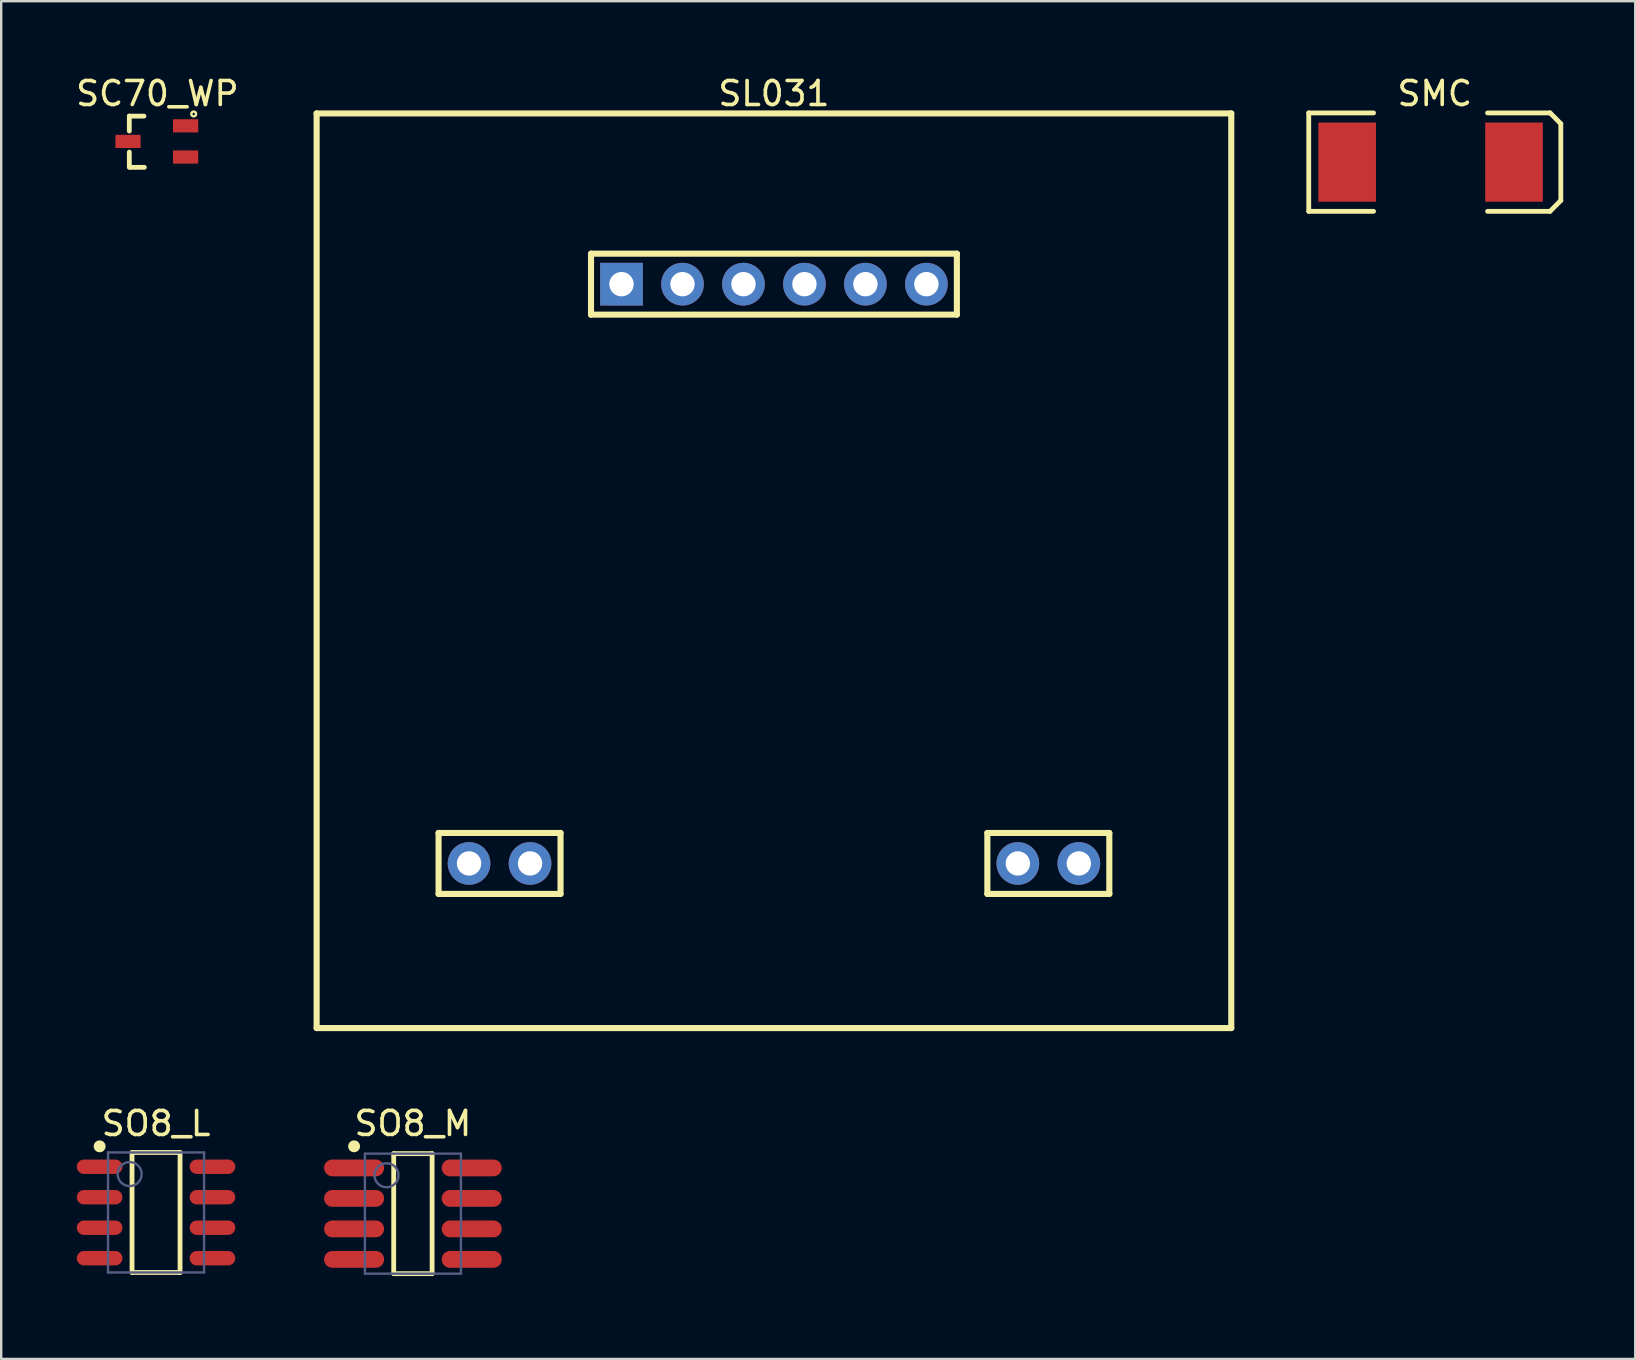
<source format=kicad_pcb>
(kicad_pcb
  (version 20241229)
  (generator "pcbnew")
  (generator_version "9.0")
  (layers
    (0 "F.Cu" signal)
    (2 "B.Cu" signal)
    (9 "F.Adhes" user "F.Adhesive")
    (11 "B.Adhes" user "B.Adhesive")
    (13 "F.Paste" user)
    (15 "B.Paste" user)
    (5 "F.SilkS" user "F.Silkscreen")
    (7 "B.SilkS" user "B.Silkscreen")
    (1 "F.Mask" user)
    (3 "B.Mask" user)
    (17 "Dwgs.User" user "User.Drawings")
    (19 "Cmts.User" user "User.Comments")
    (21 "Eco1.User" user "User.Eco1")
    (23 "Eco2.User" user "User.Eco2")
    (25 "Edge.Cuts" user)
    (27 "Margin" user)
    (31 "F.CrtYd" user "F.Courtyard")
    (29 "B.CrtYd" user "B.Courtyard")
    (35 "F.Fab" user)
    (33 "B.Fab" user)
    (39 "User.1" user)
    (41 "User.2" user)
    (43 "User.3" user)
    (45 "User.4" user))
  (footprint "SO8_M"
    (layer "F.Cu")
    (at 14.15 47.505)
    (property "Reference" "SO8_M" (at 0 -3.755 0) (layer "F.SilkS") (effects (font (size 1 1) (thickness 0.15))))
    (fp_line (start -0.8 -2.5) (end 0.8 -2.5) (stroke (width 0.2) (type solid)) (layer "F.SilkS"))
    (fp_line (start -0.8 2.5) (end -0.8 -2.5) (stroke (width 0.2) (type solid)) (layer "F.SilkS"))
    (fp_line (start -0.8 2.5) (end 0.8 2.5) (stroke (width 0.2) (type solid)) (layer "F.SilkS"))
    (fp_line (start 0.8 2.5) (end 0.8 -2.5) (stroke (width 0.2) (type solid)) (layer "F.SilkS"))
    (fp_circle (center -2.45 -2.805) (end -2.45 -2.93) (stroke (width 0.25) (type solid)) (fill no) (layer "F.SilkS"))
    (fp_line (start -4.2 -3) (end 4.2 -3) (stroke (width 0.1) (type solid)) (layer "Eco2.User"))
    (fp_line (start -4.2 3) (end -4.2 -3) (stroke (width 0.1) (type solid)) (layer "Eco2.User"))
    (fp_line (start -4.2 3) (end 4.2 3) (stroke (width 0.1) (type solid)) (layer "Eco2.User"))
    (fp_line (start -0.5 0) (end 0.5 0) (stroke (width 0.1) (type solid)) (layer "Eco2.User"))
    (fp_line (start 0 0.5) (end 0 -0.5) (stroke (width 0.1) (type solid)) (layer "Eco2.User"))
    (fp_line (start 4.2 3) (end 4.2 -3) (stroke (width 0.1) (type solid)) (layer "Eco2.User"))
    (fp_line (start -2 -2.5) (end 2 -2.5) (stroke (width 0.1) (type solid)) (layer "B.Fab"))
    (fp_line (start -2 2.5) (end -2 -2.5) (stroke (width 0.1) (type solid)) (layer "B.Fab"))
    (fp_line (start -2 2.5) (end 2 2.5) (stroke (width 0.1) (type solid)) (layer "B.Fab"))
    (fp_line (start 2 2.5) (end 2 -2.5) (stroke (width 0.1) (type solid)) (layer "B.Fab"))
    (fp_circle (center -1.1 -1.6) (end -1.1 -2.1) (stroke (width 0.1) (type solid)) (fill no) (layer "B.Fab"))
    (pad "1" smd oval (at -2.45 -1.905 90) (size 0.7 2.5) (layers "F.Cu" "F.Mask" "F.Paste"))
    (pad "2" smd oval (at -2.45 -0.635 90) (size 0.7 2.5) (layers "F.Cu" "F.Mask" "F.Paste"))
    (pad "3" smd oval (at -2.45 0.635 90) (size 0.7 2.5) (layers "F.Cu" "F.Mask" "F.Paste"))
    (pad "4" smd oval (at -2.45 1.905 90) (size 0.7 2.5) (layers "F.Cu" "F.Mask" "F.Paste"))
    (pad "5" smd oval (at 2.45 1.905 90) (size 0.7 2.5) (layers "F.Cu" "F.Mask" "F.Paste"))
    (pad "6" smd oval (at 2.45 0.635 90) (size 0.7 2.5) (layers "F.Cu" "F.Mask" "F.Paste"))
    (pad "7" smd oval (at 2.45 -0.635 90) (size 0.7 2.5) (layers "F.Cu" "F.Mask" "F.Paste"))
    (pad "8" smd oval (at 2.45 -1.905 90) (size 0.7 2.5) (layers "F.Cu" "F.Mask" "F.Paste")))
  (footprint "SC70_WP"
    (layer "F.Cu")
    (at 2.782 2.841)
    (property "Reference" "SC70_WP" (at 0.724 -1.993 0) (layer "F.SilkS") (effects (font (size 1 1) (thickness 0.15))))
    (fp_line (start -0.445 -1.054) (end 0.165 -1.054) (stroke (width 0.2) (type solid)) (layer "F.SilkS"))
    (fp_line (start -0.445 -0.432) (end -0.445 -1.054) (stroke (width 0.2) (type solid)) (layer "F.SilkS"))
    (fp_line (start -0.445 1.079) (end -0.445 0.445) (stroke (width 0.2) (type solid)) (layer "F.SilkS"))
    (fp_line (start -0.419 1.079) (end 0.181 1.079) (stroke (width 0.2) (type solid)) (layer "F.SilkS"))
    (fp_circle (center 2.237 -1.143) (end 2.237 -1.243) (stroke (width 0.1) (type solid)) (fill no) (layer "F.SilkS"))
    (fp_rect (start -1.194 0.343) (end -0.521 -0.356) (stroke (width 0) (type default)) (fill yes) (layer "F.Paste"))
    (fp_rect (start 1.918 -0.305) (end 2.642 -0.991) (stroke (width 0) (type default)) (fill yes) (layer "F.Paste"))
    (fp_rect (start 1.981 1.003) (end 2.642 0.305) (stroke (width 0) (type default)) (fill yes) (layer "F.Paste"))
    (fp_line (start -0.738 -1.067) (end 2.388 -1.067) (stroke (width 0.1) (type solid)) (layer "Eco2.User"))
    (fp_line (start -0.738 1.1) (end 2.388 1.1) (stroke (width 0.1) (type solid)) (layer "Eco2.User"))
    (fp_line (start -0.738 1.118) (end -0.738 -1.067) (stroke (width 0.1) (type solid)) (layer "Eco2.User"))
    (fp_line (start 0.362 0.073) (end 1.362 0.073) (stroke (width 0.1) (type solid)) (layer "Eco2.User"))
    (fp_line (start 0.862 0.573) (end 0.862 -0.427) (stroke (width 0.1) (type solid)) (layer "Eco2.User"))
    (fp_line (start 2.388 1.1) (end 2.388 -1.067) (stroke (width 0.1) (type solid)) (layer "Eco2.User"))
    (pad "1" smd rect (at 1.9 -0.65 270) (size 0.55 1.05) (layers "F.Cu" "F.Mask" "F.Paste"))
    (pad "2" smd rect (at 1.9 0.65 270) (size 0.55 1.05) (layers "F.Cu" "F.Mask" "F.Paste"))
    (pad "3" smd rect (at -0.5 0 270) (size 0.55 1.05) (layers "F.Cu" "F.Mask" "F.Paste")))
  (footprint "SMC"
    (layer "F.Cu")
    (at 56.541 3.703)
    (property "Reference" "SMC" (at 0.175 -2.855 0) (layer "F.SilkS") (effects (font (size 1 1) (thickness 0.15))))
    (fp_line (start -5.075 -2.05) (end -2.375 -2.05) (stroke (width 0.2) (type solid)) (layer "F.SilkS"))
    (fp_line (start -5.075 2.05) (end -5.075 -2.05) (stroke (width 0.2) (type solid)) (layer "F.SilkS"))
    (fp_line (start -5.075 2.05) (end -2.375 2.05) (stroke (width 0.2) (type solid)) (layer "F.SilkS"))
    (fp_line (start 2.375 -2.05) (end 4.975 -2.05) (stroke (width 0.2) (type solid)) (layer "F.SilkS"))
    (fp_line (start 2.375 2.05) (end 4.975 2.05) (stroke (width 0.2) (type solid)) (layer "F.SilkS"))
    (fp_line (start 4.975 -2.055) (end 5.425 -1.6) (stroke (width 0.2) (type solid)) (layer "F.SilkS"))
    (fp_line (start 4.975 2.05) (end 5.425 1.6) (stroke (width 0.2) (type solid)) (layer "F.SilkS"))
    (fp_line (start 5.425 1.6) (end 5.425 -1.6) (stroke (width 0.2) (type solid)) (layer "F.SilkS"))
    (fp_line (start -0.2 0) (end 0.2 0) (stroke (width 0.1) (type solid)) (layer "User.1"))
    (fp_line (start 0 0.2) (end 0 -0.2) (stroke (width 0.1) (type solid)) (layer "User.1"))
    (pad "1" smd rect (at -3.475 0) (size 2.4 3.3) (layers "F.Cu" "F.Mask" "F.Paste"))
    (pad "2" smd rect (at 3.475 0) (size 2.4 3.3) (layers "F.Cu" "F.Mask" "F.Paste")))
  (footprint "SO8_L"
    (layer "F.Cu")
    (at 3.45 47.456)
    (property "Reference" "SO8_L" (at 0 -3.705 0) (layer "F.SilkS") (effects (font (size 1 1) (thickness 0.15))))
    (fp_line (start -1 -2.5) (end 1 -2.5) (stroke (width 0.2) (type solid)) (layer "F.SilkS"))
    (fp_line (start -1 2.5) (end -1 -2.5) (stroke (width 0.2) (type solid)) (layer "F.SilkS"))
    (fp_line (start -1 2.5) (end 1 2.5) (stroke (width 0.2) (type solid)) (layer "F.SilkS"))
    (fp_line (start 1 2.5) (end 1 -2.5) (stroke (width 0.2) (type solid)) (layer "F.SilkS"))
    (fp_circle (center -2.35 -2.755) (end -2.35 -2.88) (stroke (width 0.25) (type solid)) (fill no) (layer "F.SilkS"))
    (fp_line (start -3.4 -2.6) (end 3.4 -2.6) (stroke (width 0.1) (type solid)) (layer "Eco2.User"))
    (fp_line (start -3.4 2.6) (end -3.4 -2.6) (stroke (width 0.1) (type solid)) (layer "Eco2.User"))
    (fp_line (start -3.4 2.6) (end 3.4 2.6) (stroke (width 0.1) (type solid)) (layer "Eco2.User"))
    (fp_line (start -0.5 0) (end 0.5 0) (stroke (width 0.1) (type solid)) (layer "Eco2.User"))
    (fp_line (start 0 0.5) (end 0 -0.5) (stroke (width 0.1) (type solid)) (layer "Eco2.User"))
    (fp_line (start 3.4 2.6) (end 3.4 -2.6) (stroke (width 0.1) (type solid)) (layer "Eco2.User"))
    (fp_line (start -2 -2.5) (end 2 -2.5) (stroke (width 0.1) (type solid)) (layer "B.Fab"))
    (fp_line (start -2 2.5) (end -2 -2.5) (stroke (width 0.1) (type solid)) (layer "B.Fab"))
    (fp_line (start -2 2.5) (end 2 2.5) (stroke (width 0.1) (type solid)) (layer "B.Fab"))
    (fp_line (start 2 2.5) (end 2 -2.5) (stroke (width 0.1) (type solid)) (layer "B.Fab"))
    (fp_circle (center -1.1 -1.6) (end -1.1 -2.1) (stroke (width 0.1) (type solid)) (fill no) (layer "B.Fab"))
    (pad "1" smd oval (at -2.35 -1.905 90) (size 0.6 1.9) (layers "F.Cu" "F.Mask" "F.Paste"))
    (pad "2" smd oval (at -2.35 -0.635 90) (size 0.6 1.9) (layers "F.Cu" "F.Mask" "F.Paste"))
    (pad "3" smd oval (at -2.35 0.635 90) (size 0.6 1.9) (layers "F.Cu" "F.Mask" "F.Paste"))
    (pad "4" smd oval (at -2.35 1.905 90) (size 0.6 1.9) (layers "F.Cu" "F.Mask" "F.Paste"))
    (pad "5" smd oval (at 2.35 1.905 90) (size 0.6 1.9) (layers "F.Cu" "F.Mask" "F.Paste"))
    (pad "6" smd oval (at 2.35 0.635 90) (size 0.6 1.9) (layers "F.Cu" "F.Mask" "F.Paste"))
    (pad "7" smd oval (at 2.35 -0.635 90) (size 0.6 1.9) (layers "F.Cu" "F.Mask" "F.Paste"))
    (pad "8" smd oval (at 2.35 -1.905 90) (size 0.6 1.9) (layers "F.Cu" "F.Mask" "F.Paste")))
  (footprint "SL031"
    (layer "F.Cu")
    (at 29.189 8.787)
    (property "Reference" "SL031" (at 0 -7.939 0) (layer "F.SilkS") (effects (font (size 1 1) (thickness 0.15))))
    (fp_line (start -19.05 -7.112) (end 19.05 -7.112) (stroke (width 0.254) (type solid)) (layer "F.SilkS"))
    (fp_line (start -19.05 30.988) (end -19.05 -7.112) (stroke (width 0.254) (type solid)) (layer "F.SilkS"))
    (fp_line (start -19.05 30.988) (end 19.05 30.988) (stroke (width 0.254) (type solid)) (layer "F.SilkS"))
    (fp_line (start -13.97 22.86) (end -8.89 22.86) (stroke (width 0.254) (type solid)) (layer "F.SilkS"))
    (fp_line (start -13.97 25.4) (end -13.97 22.86) (stroke (width 0.254) (type solid)) (layer "F.SilkS"))
    (fp_line (start -13.97 25.4) (end -8.89 25.4) (stroke (width 0.254) (type solid)) (layer "F.SilkS"))
    (fp_line (start -8.89 25.4) (end -8.89 22.86) (stroke (width 0.254) (type solid)) (layer "F.SilkS"))
    (fp_line (start -7.62 -1.27) (end 7.62 -1.27) (stroke (width 0.254) (type solid)) (layer "F.SilkS"))
    (fp_line (start -7.62 1.27) (end -7.62 -1.27) (stroke (width 0.254) (type solid)) (layer "F.SilkS"))
    (fp_line (start -7.62 1.27) (end 7.62 1.27) (stroke (width 0.254) (type solid)) (layer "F.SilkS"))
    (fp_line (start 7.62 1.27) (end 7.62 -1.27) (stroke (width 0.254) (type solid)) (layer "F.SilkS"))
    (fp_line (start 8.89 22.86) (end 13.97 22.86) (stroke (width 0.254) (type solid)) (layer "F.SilkS"))
    (fp_line (start 8.89 25.4) (end 8.89 22.86) (stroke (width 0.254) (type solid)) (layer "F.SilkS"))
    (fp_line (start 8.89 25.4) (end 13.97 25.4) (stroke (width 0.254) (type solid)) (layer "F.SilkS"))
    (fp_line (start 13.97 25.4) (end 13.97 22.86) (stroke (width 0.254) (type solid)) (layer "F.SilkS"))
    (fp_line (start 19.05 30.988) (end 19.05 -7.112) (stroke (width 0.254) (type solid)) (layer "F.SilkS"))
    (pad "" thru_hole circle (at -12.7 24.13) (size 1.778 1.778) (drill 1.016) (layers "*.Cu" "*.Mask"))
    (pad "" thru_hole circle (at -10.16 24.13) (size 1.778 1.778) (drill 1.016) (layers "*.Cu" "*.Mask"))
    (pad "" thru_hole circle (at 10.16 24.13) (size 1.778 1.778) (drill 1.016) (layers "*.Cu" "*.Mask"))
    (pad "" thru_hole circle (at 12.7 24.13) (size 1.778 1.778) (drill 1.016) (layers "*.Cu" "*.Mask"))
    (pad "1" thru_hole rect (at -6.35 0) (size 1.778 1.778) (drill 1.016) (layers "*.Cu" "*.Mask"))
    (pad "2" thru_hole circle (at -3.81 0) (size 1.778 1.778) (drill 1.016) (layers "*.Cu" "*.Mask"))
    (pad "3" thru_hole circle (at -1.27 0) (size 1.778 1.778) (drill 1.016) (layers "*.Cu" "*.Mask"))
    (pad "4" thru_hole circle (at 1.27 0) (size 1.778 1.778) (drill 1.016) (layers "*.Cu" "*.Mask"))
    (pad "5" thru_hole circle (at 3.81 0) (size 1.778 1.778) (drill 1.016) (layers "*.Cu" "*.Mask"))
    (pad "6" thru_hole circle (at 6.35 0) (size 1.778 1.778) (drill 1.016) (layers "*.Cu" "*.Mask")))
  (gr_rect
    (start -3 -3)
    (end 65.066 53.556)
    (stroke (width 0.1) (type default))
    (fill no)
    (layer "Edge.Cuts")))
</source>
